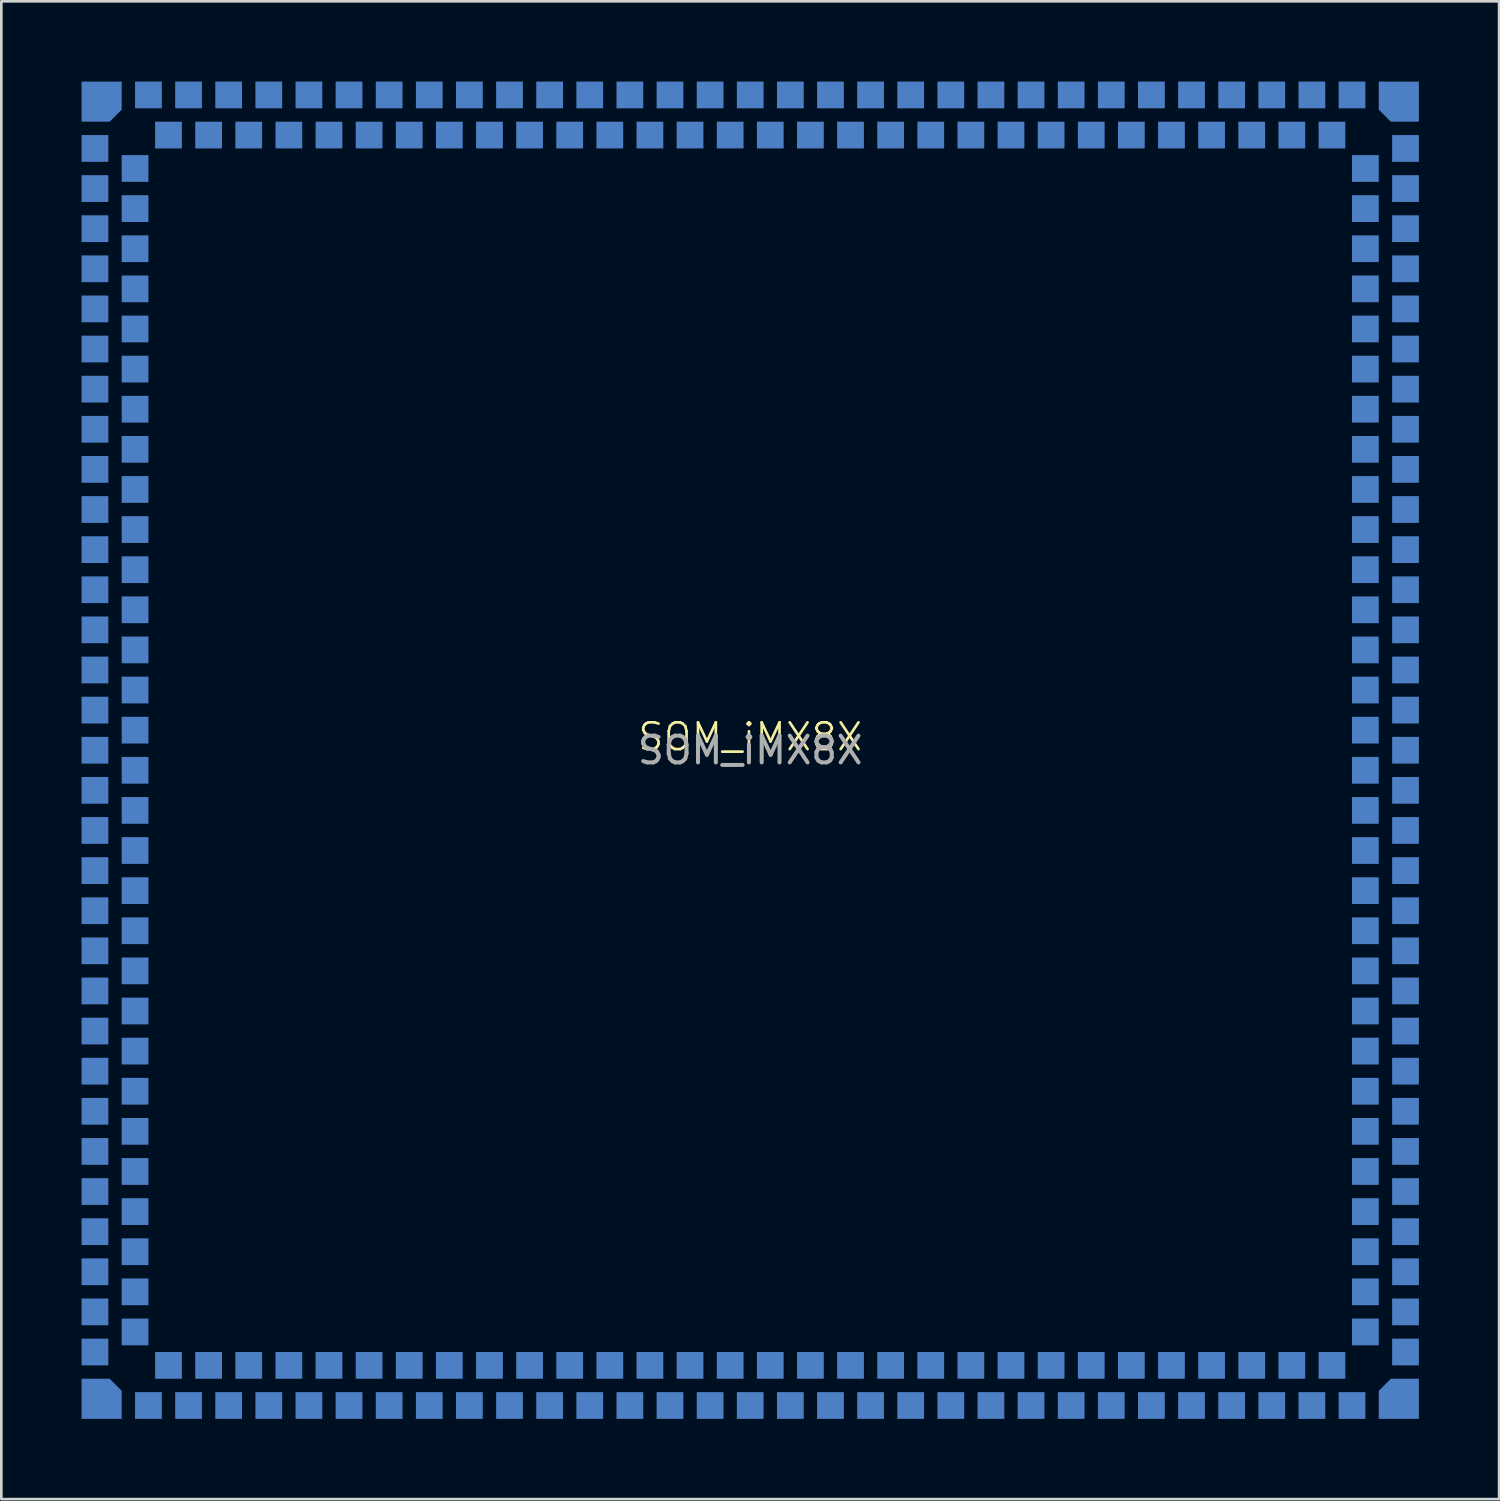
<source format=kicad_pcb>
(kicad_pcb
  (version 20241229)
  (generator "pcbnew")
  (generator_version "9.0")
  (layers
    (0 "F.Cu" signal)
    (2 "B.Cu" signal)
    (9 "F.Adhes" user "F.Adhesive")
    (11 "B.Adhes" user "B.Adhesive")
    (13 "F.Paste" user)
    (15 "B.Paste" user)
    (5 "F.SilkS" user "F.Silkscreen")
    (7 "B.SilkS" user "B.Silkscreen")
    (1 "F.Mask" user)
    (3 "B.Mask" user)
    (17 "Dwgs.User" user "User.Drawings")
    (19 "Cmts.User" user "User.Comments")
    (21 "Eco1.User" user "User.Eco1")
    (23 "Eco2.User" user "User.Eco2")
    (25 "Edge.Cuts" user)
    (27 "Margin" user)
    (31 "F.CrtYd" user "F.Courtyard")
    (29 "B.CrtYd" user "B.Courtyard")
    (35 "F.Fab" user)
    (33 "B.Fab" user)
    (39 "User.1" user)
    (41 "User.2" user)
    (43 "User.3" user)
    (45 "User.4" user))
  (footprint "SOM_iMX8X"
    (layer "F.Cu")
    (at 25 25)
    (property "Reference" "SOM_iMX8X" (at 0 -0.5 0) (unlocked yes) (layer "F.SilkS") (effects (font (size 1 1) (thickness 0.1))))
    (attr smd)
    (fp_text user "${REFERENCE}" (at 0 0 0) (unlocked yes) (layer "F.Fab") (effects (font (size 1 1) (thickness 0.15))))
    (pad "1" smd roundrect (at -24.25 -24.25) (size 1.5 1.5) (layers "B.Cu" "B.Mask") (roundrect_rratio 0) (chamfer_ratio 0.3) (chamfer bottom_right))
    (pad "2" smd rect (at -24.5 -22.5) (size 1 1) (layers "B.Cu" "B.Mask"))
    (pad "3" smd rect (at -24.5 -21) (size 1 1) (layers "B.Cu" "B.Mask"))
    (pad "4" smd rect (at -24.5 -19.5) (size 1 1) (layers "B.Cu" "B.Mask"))
    (pad "5" smd rect (at -24.5 -18) (size 1 1) (layers "B.Cu" "B.Mask"))
    (pad "6" smd rect (at -24.5 -16.5) (size 1 1) (layers "B.Cu" "B.Mask"))
    (pad "7" smd rect (at -24.5 -15) (size 1 1) (layers "B.Cu" "B.Mask"))
    (pad "8" smd rect (at -24.5 -13.5) (size 1 1) (layers "B.Cu" "B.Mask"))
    (pad "9" smd rect (at -24.5 -12) (size 1 1) (layers "B.Cu" "B.Mask"))
    (pad "10" smd rect (at -24.5 -10.5) (size 1 1) (layers "B.Cu" "B.Mask"))
    (pad "11" smd rect (at -24.5 -9) (size 1 1) (layers "B.Cu" "B.Mask"))
    (pad "12" smd rect (at -24.5 -7.5) (size 1 1) (layers "B.Cu" "B.Mask"))
    (pad "13" smd rect (at -24.5 -6) (size 1 1) (layers "B.Cu" "B.Mask"))
    (pad "14" smd rect (at -24.5 -4.5) (size 1 1) (layers "B.Cu" "B.Mask"))
    (pad "15" smd rect (at -24.5 -3) (size 1 1) (layers "B.Cu" "B.Mask"))
    (pad "16" smd rect (at -24.5 -1.5) (size 1 1) (layers "B.Cu" "B.Mask"))
    (pad "17" smd rect (at -24.5 0) (size 1 1) (layers "B.Cu" "B.Mask"))
    (pad "18" smd rect (at -24.5 1.5) (size 1 1) (layers "B.Cu" "B.Mask"))
    (pad "19" smd rect (at -24.5 3) (size 1 1) (layers "B.Cu" "B.Mask"))
    (pad "20" smd rect (at -24.5 4.5) (size 1 1) (layers "B.Cu" "B.Mask"))
    (pad "21" smd rect (at -24.5 6) (size 1 1) (layers "B.Cu" "B.Mask"))
    (pad "22" smd rect (at -24.5 7.5) (size 1 1) (layers "B.Cu" "B.Mask"))
    (pad "23" smd rect (at -24.5 9) (size 1 1) (layers "B.Cu" "B.Mask"))
    (pad "24" smd rect (at -24.5 10.5) (size 1 1) (layers "B.Cu" "B.Mask"))
    (pad "25" smd rect (at -24.5 12) (size 1 1) (layers "B.Cu" "B.Mask"))
    (pad "26" smd rect (at -24.5 13.5) (size 1 1) (layers "B.Cu" "B.Mask"))
    (pad "27" smd rect (at -24.5 15) (size 1 1) (layers "B.Cu" "B.Mask"))
    (pad "28" smd rect (at -24.5 16.5) (size 1 1) (layers "B.Cu" "B.Mask"))
    (pad "29" smd rect (at -24.5 18) (size 1 1) (layers "B.Cu" "B.Mask"))
    (pad "30" smd rect (at -24.5 19.5) (size 1 1) (layers "B.Cu" "B.Mask"))
    (pad "31" smd rect (at -24.5 21) (size 1 1) (layers "B.Cu" "B.Mask"))
    (pad "32" smd rect (at -24.5 22.5) (size 1 1) (layers "B.Cu" "B.Mask"))
    (pad "33" smd roundrect (at -24.25 24.25) (size 1.5 1.5) (layers "B.Cu" "B.Mask") (roundrect_rratio 0) (chamfer_ratio 0.3) (chamfer top_right))
    (pad "34" smd rect (at -22.5 24.5) (size 1 1) (layers "B.Cu" "B.Mask"))
    (pad "35" smd rect (at -21 24.5) (size 1 1) (layers "B.Cu" "B.Mask"))
    (pad "36" smd rect (at -19.5 24.5) (size 1 1) (layers "B.Cu" "B.Mask"))
    (pad "37" smd rect (at -18 24.5) (size 1 1) (layers "B.Cu" "B.Mask"))
    (pad "38" smd rect (at -16.5 24.5) (size 1 1) (layers "B.Cu" "B.Mask"))
    (pad "39" smd rect (at -15 24.5) (size 1 1) (layers "B.Cu" "B.Mask"))
    (pad "40" smd rect (at -13.5 24.5) (size 1 1) (layers "B.Cu" "B.Mask"))
    (pad "41" smd rect (at -12 24.5) (size 1 1) (layers "B.Cu" "B.Mask"))
    (pad "42" smd rect (at -10.5 24.5) (size 1 1) (layers "B.Cu" "B.Mask"))
    (pad "43" smd rect (at -9 24.5) (size 1 1) (layers "B.Cu" "B.Mask"))
    (pad "44" smd rect (at -7.5 24.5) (size 1 1) (layers "B.Cu" "B.Mask"))
    (pad "45" smd rect (at -6 24.5) (size 1 1) (layers "B.Cu" "B.Mask"))
    (pad "46" smd rect (at -4.5 24.5) (size 1 1) (layers "B.Cu" "B.Mask"))
    (pad "47" smd rect (at -3 24.5) (size 1 1) (layers "B.Cu" "B.Mask"))
    (pad "48" smd rect (at -1.5 24.5) (size 1 1) (layers "B.Cu" "B.Mask"))
    (pad "49" smd rect (at 0 24.5) (size 1 1) (layers "B.Cu" "B.Mask"))
    (pad "50" smd rect (at 1.5 24.5) (size 1 1) (layers "B.Cu" "B.Mask"))
    (pad "51" smd rect (at 3 24.5) (size 1 1) (layers "B.Cu" "B.Mask"))
    (pad "52" smd rect (at 4.5 24.5) (size 1 1) (layers "B.Cu" "B.Mask"))
    (pad "53" smd rect (at 6 24.5) (size 1 1) (layers "B.Cu" "B.Mask"))
    (pad "54" smd rect (at 7.5 24.5) (size 1 1) (layers "B.Cu" "B.Mask"))
    (pad "55" smd rect (at 9 24.5) (size 1 1) (layers "B.Cu" "B.Mask"))
    (pad "56" smd rect (at 10.5 24.5) (size 1 1) (layers "B.Cu" "B.Mask"))
    (pad "57" smd rect (at 12 24.5) (size 1 1) (layers "B.Cu" "B.Mask"))
    (pad "58" smd rect (at 13.5 24.5) (size 1 1) (layers "B.Cu" "B.Mask"))
    (pad "59" smd rect (at 15 24.5) (size 1 1) (layers "B.Cu" "B.Mask"))
    (pad "60" smd rect (at 16.5 24.5) (size 1 1) (layers "B.Cu" "B.Mask"))
    (pad "61" smd rect (at 18 24.5) (size 1 1) (layers "B.Cu" "B.Mask"))
    (pad "62" smd rect (at 19.5 24.5) (size 1 1) (layers "B.Cu" "B.Mask"))
    (pad "63" smd rect (at 21 24.5) (size 1 1) (layers "B.Cu" "B.Mask"))
    (pad "64" smd rect (at 22.5 24.5) (size 1 1) (layers "B.Cu" "B.Mask"))
    (pad "65" smd roundrect (at 24.25 24.25) (size 1.5 1.5) (layers "B.Cu" "B.Mask") (roundrect_rratio 0) (chamfer_ratio 0.3) (chamfer top_left))
    (pad "66" smd rect (at 24.5 22.5) (size 1 1) (layers "B.Cu" "B.Mask"))
    (pad "67" smd rect (at 24.5 21) (size 1 1) (layers "B.Cu" "B.Mask"))
    (pad "68" smd rect (at 24.5 19.5) (size 1 1) (layers "B.Cu" "B.Mask"))
    (pad "69" smd rect (at 24.5 18) (size 1 1) (layers "B.Cu" "B.Mask"))
    (pad "70" smd rect (at 24.5 16.5) (size 1 1) (layers "B.Cu" "B.Mask"))
    (pad "71" smd rect (at 24.5 15) (size 1 1) (layers "B.Cu" "B.Mask"))
    (pad "72" smd rect (at 24.5 13.5) (size 1 1) (layers "B.Cu" "B.Mask"))
    (pad "73" smd rect (at 24.5 12) (size 1 1) (layers "B.Cu" "B.Mask"))
    (pad "74" smd rect (at 24.5 10.5) (size 1 1) (layers "B.Cu" "B.Mask"))
    (pad "75" smd rect (at 24.5 9) (size 1 1) (layers "B.Cu" "B.Mask"))
    (pad "76" smd rect (at 24.5 7.5) (size 1 1) (layers "B.Cu" "B.Mask"))
    (pad "77" smd rect (at 24.5 6) (size 1 1) (layers "B.Cu" "B.Mask"))
    (pad "78" smd rect (at 24.5 4.5) (size 1 1) (layers "B.Cu" "B.Mask"))
    (pad "79" smd rect (at 24.5 3) (size 1 1) (layers "B.Cu" "B.Mask"))
    (pad "80" smd rect (at 24.5 1.5) (size 1 1) (layers "B.Cu" "B.Mask"))
    (pad "81" smd rect (at 24.5 0) (size 1 1) (layers "B.Cu" "B.Mask"))
    (pad "82" smd rect (at 24.5 -1.5) (size 1 1) (layers "B.Cu" "B.Mask"))
    (pad "83" smd rect (at 24.5 -3) (size 1 1) (layers "B.Cu" "B.Mask"))
    (pad "84" smd rect (at 24.5 -4.5) (size 1 1) (layers "B.Cu" "B.Mask"))
    (pad "85" smd rect (at 24.5 -6) (size 1 1) (layers "B.Cu" "B.Mask"))
    (pad "86" smd rect (at 24.5 -7.5) (size 1 1) (layers "B.Cu" "B.Mask"))
    (pad "87" smd rect (at 24.5 -9) (size 1 1) (layers "B.Cu" "B.Mask"))
    (pad "88" smd rect (at 24.5 -10.5) (size 1 1) (layers "B.Cu" "B.Mask"))
    (pad "89" smd rect (at 24.5 -12) (size 1 1) (layers "B.Cu" "B.Mask"))
    (pad "90" smd rect (at 24.5 -13.5) (size 1 1) (layers "B.Cu" "B.Mask"))
    (pad "91" smd rect (at 24.5 -15) (size 1 1) (layers "B.Cu" "B.Mask"))
    (pad "92" smd rect (at 24.5 -16.5) (size 1 1) (layers "B.Cu" "B.Mask"))
    (pad "93" smd rect (at 24.5 -18) (size 1 1) (layers "B.Cu" "B.Mask"))
    (pad "94" smd rect (at 24.5 -19.5) (size 1 1) (layers "B.Cu" "B.Mask"))
    (pad "95" smd rect (at 24.5 -21) (size 1 1) (layers "B.Cu" "B.Mask"))
    (pad "96" smd rect (at 24.5 -22.5) (size 1 1) (layers "B.Cu" "B.Mask"))
    (pad "97" smd roundrect (at 24.25 -24.25) (size 1.5 1.5) (layers "B.Cu" "B.Mask") (roundrect_rratio 0) (chamfer_ratio 0.3) (chamfer bottom_left))
    (pad "98" smd rect (at 22.5 -24.5) (size 1 1) (layers "B.Cu" "B.Mask"))
    (pad "99" smd rect (at 21 -24.5) (size 1 1) (layers "B.Cu" "B.Mask"))
    (pad "100" smd rect (at 19.5 -24.5) (size 1 1) (layers "B.Cu" "B.Mask"))
    (pad "101" smd rect (at 18 -24.5) (size 1 1) (layers "B.Cu" "B.Mask"))
    (pad "102" smd rect (at 16.5 -24.5) (size 1 1) (layers "B.Cu" "B.Mask"))
    (pad "103" smd rect (at 15 -24.5) (size 1 1) (layers "B.Cu" "B.Mask"))
    (pad "104" smd rect (at 13.5 -24.5) (size 1 1) (layers "B.Cu" "B.Mask"))
    (pad "105" smd rect (at 12 -24.5) (size 1 1) (layers "B.Cu" "B.Mask"))
    (pad "106" smd rect (at 10.5 -24.5) (size 1 1) (layers "B.Cu" "B.Mask"))
    (pad "107" smd rect (at 9 -24.5) (size 1 1) (layers "B.Cu" "B.Mask"))
    (pad "108" smd rect (at 7.5 -24.5) (size 1 1) (layers "B.Cu" "B.Mask"))
    (pad "109" smd rect (at 6 -24.5) (size 1 1) (layers "B.Cu" "B.Mask"))
    (pad "110" smd rect (at 4.5 -24.5) (size 1 1) (layers "B.Cu" "B.Mask"))
    (pad "111" smd rect (at 3 -24.5) (size 1 1) (layers "B.Cu" "B.Mask"))
    (pad "112" smd rect (at 1.5 -24.5) (size 1 1) (layers "B.Cu" "B.Mask"))
    (pad "113" smd rect (at 0 -24.5) (size 1 1) (layers "B.Cu" "B.Mask"))
    (pad "114" smd rect (at -1.5 -24.5) (size 1 1) (layers "B.Cu" "B.Mask"))
    (pad "115" smd rect (at -3 -24.5) (size 1 1) (layers "B.Cu" "B.Mask"))
    (pad "116" smd rect (at -4.5 -24.5) (size 1 1) (layers "B.Cu" "B.Mask"))
    (pad "117" smd rect (at -6 -24.5) (size 1 1) (layers "B.Cu" "B.Mask"))
    (pad "118" smd rect (at -7.5 -24.5) (size 1 1) (layers "B.Cu" "B.Mask"))
    (pad "119" smd rect (at -9 -24.5) (size 1 1) (layers "B.Cu" "B.Mask"))
    (pad "120" smd rect (at -10.5 -24.5) (size 1 1) (layers "B.Cu" "B.Mask"))
    (pad "121" smd rect (at -12 -24.5) (size 1 1) (layers "B.Cu" "B.Mask"))
    (pad "122" smd rect (at -13.5 -24.5) (size 1 1) (layers "B.Cu" "B.Mask"))
    (pad "123" smd rect (at -15 -24.5) (size 1 1) (layers "B.Cu" "B.Mask"))
    (pad "124" smd rect (at -16.5 -24.5) (size 1 1) (layers "B.Cu" "B.Mask"))
    (pad "125" smd rect (at -18 -24.5) (size 1 1) (layers "B.Cu" "B.Mask"))
    (pad "126" smd rect (at -19.5 -24.5) (size 1 1) (layers "B.Cu" "B.Mask"))
    (pad "127" smd rect (at -21 -24.5) (size 1 1) (layers "B.Cu" "B.Mask"))
    (pad "128" smd rect (at -22.5 -24.5) (size 1 1) (layers "B.Cu" "B.Mask"))
    (pad "129" smd rect (at -23 -21.75) (size 1 1) (layers "B.Cu" "B.Mask"))
    (pad "130" smd rect (at -23 -20.25) (size 1 1) (layers "B.Cu" "B.Mask"))
    (pad "131" smd rect (at -23 -18.75) (size 1 1) (layers "B.Cu" "B.Mask"))
    (pad "132" smd rect (at -23 -17.25) (size 1 1) (layers "B.Cu" "B.Mask"))
    (pad "133" smd rect (at -23 -15.75) (size 1 1) (layers "B.Cu" "B.Mask"))
    (pad "134" smd rect (at -23 -14.25) (size 1 1) (layers "B.Cu" "B.Mask"))
    (pad "135" smd rect (at -23 -12.75) (size 1 1) (layers "B.Cu" "B.Mask"))
    (pad "136" smd rect (at -23 -11.25) (size 1 1) (layers "B.Cu" "B.Mask"))
    (pad "137" smd rect (at -23 -9.75) (size 1 1) (layers "B.Cu" "B.Mask"))
    (pad "138" smd rect (at -23 -8.25) (size 1 1) (layers "B.Cu" "B.Mask"))
    (pad "139" smd rect (at -23 -6.75) (size 1 1) (layers "B.Cu" "B.Mask"))
    (pad "140" smd rect (at -23 -5.25) (size 1 1) (layers "B.Cu" "B.Mask"))
    (pad "141" smd rect (at -23 -3.75) (size 1 1) (layers "B.Cu" "B.Mask"))
    (pad "142" smd rect (at -23 -2.25) (size 1 1) (layers "B.Cu" "B.Mask"))
    (pad "143" smd rect (at -23 -0.75) (size 1 1) (layers "B.Cu" "B.Mask"))
    (pad "144" smd rect (at -23 0.75) (size 1 1) (layers "B.Cu" "B.Mask"))
    (pad "145" smd rect (at -23 2.25) (size 1 1) (layers "B.Cu" "B.Mask"))
    (pad "146" smd rect (at -23 3.75) (size 1 1) (layers "B.Cu" "B.Mask"))
    (pad "147" smd rect (at -23 5.25) (size 1 1) (layers "B.Cu" "B.Mask"))
    (pad "148" smd rect (at -23 6.75) (size 1 1) (layers "B.Cu" "B.Mask"))
    (pad "149" smd rect (at -23 8.25) (size 1 1) (layers "B.Cu" "B.Mask"))
    (pad "150" smd rect (at -23 9.75) (size 1 1) (layers "B.Cu" "B.Mask"))
    (pad "151" smd rect (at -23 11.25) (size 1 1) (layers "B.Cu" "B.Mask"))
    (pad "152" smd rect (at -23 12.75) (size 1 1) (layers "B.Cu" "B.Mask"))
    (pad "153" smd rect (at -23 14.25) (size 1 1) (layers "B.Cu" "B.Mask"))
    (pad "154" smd rect (at -23 15.75) (size 1 1) (layers "B.Cu" "B.Mask"))
    (pad "155" smd rect (at -23 17.25) (size 1 1) (layers "B.Cu" "B.Mask"))
    (pad "156" smd rect (at -23 18.75) (size 1 1) (layers "B.Cu" "B.Mask"))
    (pad "157" smd rect (at -23 20.25) (size 1 1) (layers "B.Cu" "B.Mask"))
    (pad "158" smd rect (at -23 21.75) (size 1 1) (layers "B.Cu" "B.Mask"))
    (pad "159" smd rect (at -21.75 23) (size 1 1) (layers "B.Cu" "B.Mask"))
    (pad "160" smd rect (at -20.25 23) (size 1 1) (layers "B.Cu" "B.Mask"))
    (pad "161" smd rect (at -18.75 23) (size 1 1) (layers "B.Cu" "B.Mask"))
    (pad "162" smd rect (at -17.25 23) (size 1 1) (layers "B.Cu" "B.Mask"))
    (pad "163" smd rect (at -15.75 23) (size 1 1) (layers "B.Cu" "B.Mask"))
    (pad "164" smd rect (at -14.25 23) (size 1 1) (layers "B.Cu" "B.Mask"))
    (pad "165" smd rect (at -12.75 23) (size 1 1) (layers "B.Cu" "B.Mask"))
    (pad "166" smd rect (at -11.25 23) (size 1 1) (layers "B.Cu" "B.Mask"))
    (pad "167" smd rect (at -9.75 23) (size 1 1) (layers "B.Cu" "B.Mask"))
    (pad "168" smd rect (at -8.25 23) (size 1 1) (layers "B.Cu" "B.Mask"))
    (pad "169" smd rect (at -6.75 23) (size 1 1) (layers "B.Cu" "B.Mask"))
    (pad "170" smd rect (at -5.25 23) (size 1 1) (layers "B.Cu" "B.Mask"))
    (pad "171" smd rect (at -3.75 23) (size 1 1) (layers "B.Cu" "B.Mask"))
    (pad "172" smd rect (at -2.25 23) (size 1 1) (layers "B.Cu" "B.Mask"))
    (pad "173" smd rect (at -0.75 23) (size 1 1) (layers "B.Cu" "B.Mask"))
    (pad "174" smd rect (at 0.75 23) (size 1 1) (layers "B.Cu" "B.Mask"))
    (pad "175" smd rect (at 2.25 23) (size 1 1) (layers "B.Cu" "B.Mask"))
    (pad "176" smd rect (at 3.75 23) (size 1 1) (layers "B.Cu" "B.Mask"))
    (pad "177" smd rect (at 5.25 23) (size 1 1) (layers "B.Cu" "B.Mask"))
    (pad "178" smd rect (at 6.75 23) (size 1 1) (layers "B.Cu" "B.Mask"))
    (pad "179" smd rect (at 8.25 23) (size 1 1) (layers "B.Cu" "B.Mask"))
    (pad "180" smd rect (at 9.75 23) (size 1 1) (layers "B.Cu" "B.Mask"))
    (pad "181" smd rect (at 11.25 23) (size 1 1) (layers "B.Cu" "B.Mask"))
    (pad "182" smd rect (at 12.75 23) (size 1 1) (layers "B.Cu" "B.Mask"))
    (pad "183" smd rect (at 14.25 23) (size 1 1) (layers "B.Cu" "B.Mask"))
    (pad "184" smd rect (at 15.75 23) (size 1 1) (layers "B.Cu" "B.Mask"))
    (pad "185" smd rect (at 17.25 23) (size 1 1) (layers "B.Cu" "B.Mask"))
    (pad "186" smd rect (at 18.75 23) (size 1 1) (layers "B.Cu" "B.Mask"))
    (pad "187" smd rect (at 20.25 23) (size 1 1) (layers "B.Cu" "B.Mask"))
    (pad "188" smd rect (at 21.75 23) (size 1 1) (layers "B.Cu" "B.Mask"))
    (pad "189" smd rect (at 23 21.75) (size 1 1) (layers "B.Cu" "B.Mask"))
    (pad "190" smd rect (at 23 20.25) (size 1 1) (layers "B.Cu" "B.Mask"))
    (pad "191" smd rect (at 23 18.75) (size 1 1) (layers "B.Cu" "B.Mask"))
    (pad "192" smd rect (at 23 17.25) (size 1 1) (layers "B.Cu" "B.Mask"))
    (pad "193" smd rect (at 23 15.75) (size 1 1) (layers "B.Cu" "B.Mask"))
    (pad "194" smd rect (at 23 14.25) (size 1 1) (layers "B.Cu" "B.Mask"))
    (pad "195" smd rect (at 23 12.75) (size 1 1) (layers "B.Cu" "B.Mask"))
    (pad "196" smd rect (at 23 11.25) (size 1 1) (layers "B.Cu" "B.Mask"))
    (pad "197" smd rect (at 23 9.75) (size 1 1) (layers "B.Cu" "B.Mask"))
    (pad "198" smd rect (at 23 8.25) (size 1 1) (layers "B.Cu" "B.Mask"))
    (pad "199" smd rect (at 23 6.75) (size 1 1) (layers "B.Cu" "B.Mask"))
    (pad "200" smd rect (at 23 5.25) (size 1 1) (layers "B.Cu" "B.Mask"))
    (pad "201" smd rect (at 23 3.75) (size 1 1) (layers "B.Cu" "B.Mask"))
    (pad "202" smd rect (at 23 2.25) (size 1 1) (layers "B.Cu" "B.Mask"))
    (pad "203" smd rect (at 23 0.75) (size 1 1) (layers "B.Cu" "B.Mask"))
    (pad "204" smd rect (at 23 -0.75) (size 1 1) (layers "B.Cu" "B.Mask"))
    (pad "205" smd rect (at 23 -2.25) (size 1 1) (layers "B.Cu" "B.Mask"))
    (pad "206" smd rect (at 23 -3.75) (size 1 1) (layers "B.Cu" "B.Mask"))
    (pad "207" smd rect (at 23 -5.25) (size 1 1) (layers "B.Cu" "B.Mask"))
    (pad "208" smd rect (at 23 -6.75) (size 1 1) (layers "B.Cu" "B.Mask"))
    (pad "209" smd rect (at 23 -8.25) (size 1 1) (layers "B.Cu" "B.Mask"))
    (pad "210" smd rect (at 23 -9.75) (size 1 1) (layers "B.Cu" "B.Mask"))
    (pad "211" smd rect (at 23 -11.25) (size 1 1) (layers "B.Cu" "B.Mask"))
    (pad "212" smd rect (at 23 -12.75) (size 1 1) (layers "B.Cu" "B.Mask"))
    (pad "213" smd rect (at 23 -14.25) (size 1 1) (layers "B.Cu" "B.Mask"))
    (pad "214" smd rect (at 23 -15.75) (size 1 1) (layers "B.Cu" "B.Mask"))
    (pad "215" smd rect (at 23 -17.25) (size 1 1) (layers "B.Cu" "B.Mask"))
    (pad "216" smd rect (at 23 -18.75) (size 1 1) (layers "B.Cu" "B.Mask"))
    (pad "217" smd rect (at 23 -20.25) (size 1 1) (layers "B.Cu" "B.Mask"))
    (pad "218" smd rect (at 23 -21.75) (size 1 1) (layers "B.Cu" "B.Mask"))
    (pad "219" smd rect (at 21.75 -23) (size 1 1) (layers "B.Cu" "B.Mask"))
    (pad "220" smd rect (at 20.25 -23) (size 1 1) (layers "B.Cu" "B.Mask"))
    (pad "221" smd rect (at 18.75 -23) (size 1 1) (layers "B.Cu" "B.Mask"))
    (pad "222" smd rect (at 17.25 -23) (size 1 1) (layers "B.Cu" "B.Mask"))
    (pad "223" smd rect (at 15.75 -23) (size 1 1) (layers "B.Cu" "B.Mask"))
    (pad "224" smd rect (at 14.25 -23) (size 1 1) (layers "B.Cu" "B.Mask"))
    (pad "225" smd rect (at 12.75 -23) (size 1 1) (layers "B.Cu" "B.Mask"))
    (pad "226" smd rect (at 11.25 -23) (size 1 1) (layers "B.Cu" "B.Mask"))
    (pad "227" smd rect (at 9.75 -23) (size 1 1) (layers "B.Cu" "B.Mask"))
    (pad "228" smd rect (at 8.25 -23) (size 1 1) (layers "B.Cu" "B.Mask"))
    (pad "229" smd rect (at 6.75 -23) (size 1 1) (layers "B.Cu" "B.Mask"))
    (pad "230" smd rect (at 5.25 -23) (size 1 1) (layers "B.Cu" "B.Mask"))
    (pad "231" smd rect (at 3.75 -23) (size 1 1) (layers "B.Cu" "B.Mask"))
    (pad "232" smd rect (at 2.25 -23) (size 1 1) (layers "B.Cu" "B.Mask"))
    (pad "233" smd rect (at 0.75 -23) (size 1 1) (layers "B.Cu" "B.Mask"))
    (pad "234" smd rect (at -0.75 -23) (size 1 1) (layers "B.Cu" "B.Mask"))
    (pad "235" smd rect (at -2.25 -23) (size 1 1) (layers "B.Cu" "B.Mask"))
    (pad "236" smd rect (at -3.75 -23) (size 1 1) (layers "B.Cu" "B.Mask"))
    (pad "237" smd rect (at -5.25 -23) (size 1 1) (layers "B.Cu" "B.Mask"))
    (pad "238" smd rect (at -6.75 -23) (size 1 1) (layers "B.Cu" "B.Mask"))
    (pad "239" smd rect (at -8.25 -23) (size 1 1) (layers "B.Cu" "B.Mask"))
    (pad "240" smd rect (at -9.75 -23) (size 1 1) (layers "B.Cu" "B.Mask"))
    (pad "241" smd rect (at -11.25 -23) (size 1 1) (layers "B.Cu" "B.Mask"))
    (pad "242" smd rect (at -12.75 -23) (size 1 1) (layers "B.Cu" "B.Mask"))
    (pad "243" smd rect (at -14.25 -23) (size 1 1) (layers "B.Cu" "B.Mask"))
    (pad "244" smd rect (at -15.75 -23) (size 1 1) (layers "B.Cu" "B.Mask"))
    (pad "245" smd rect (at -17.25 -23) (size 1 1) (layers "B.Cu" "B.Mask"))
    (pad "246" smd rect (at -18.75 -23) (size 1 1) (layers "B.Cu" "B.Mask"))
    (pad "247" smd rect (at -20.25 -23) (size 1 1) (layers "B.Cu" "B.Mask"))
    (pad "248" smd rect (at -21.75 -23) (size 1 1) (layers "B.Cu" "B.Mask")))
  (gr_rect
    (start -3 -3)
    (end 53 53)
    (stroke (width 0.1) (type default))
    (fill no)
    (layer "Edge.Cuts")))
</source>
